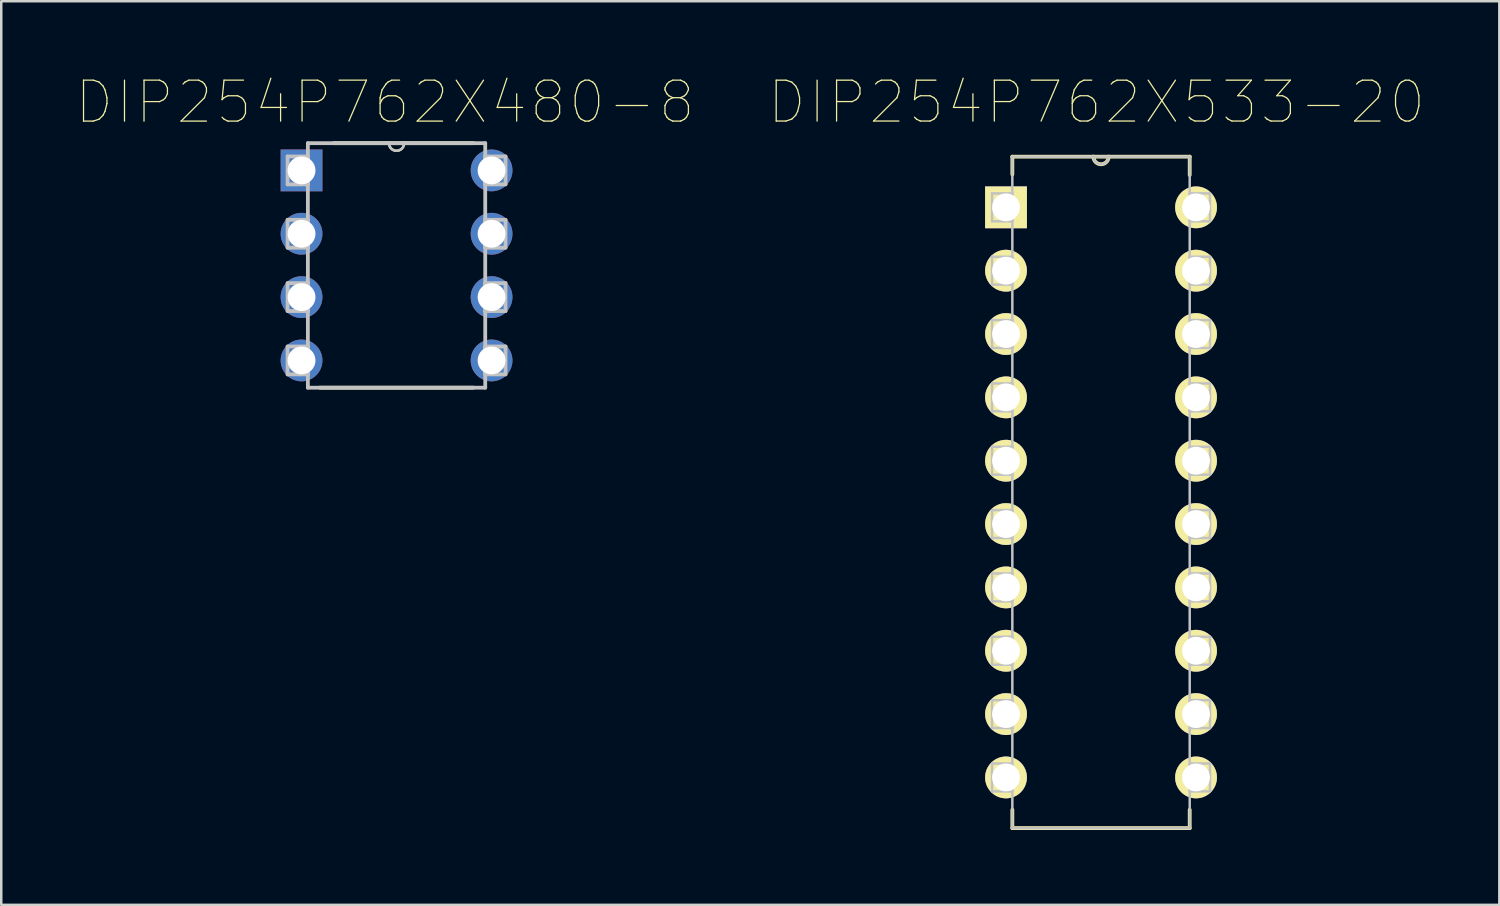
<source format=kicad_pcb>
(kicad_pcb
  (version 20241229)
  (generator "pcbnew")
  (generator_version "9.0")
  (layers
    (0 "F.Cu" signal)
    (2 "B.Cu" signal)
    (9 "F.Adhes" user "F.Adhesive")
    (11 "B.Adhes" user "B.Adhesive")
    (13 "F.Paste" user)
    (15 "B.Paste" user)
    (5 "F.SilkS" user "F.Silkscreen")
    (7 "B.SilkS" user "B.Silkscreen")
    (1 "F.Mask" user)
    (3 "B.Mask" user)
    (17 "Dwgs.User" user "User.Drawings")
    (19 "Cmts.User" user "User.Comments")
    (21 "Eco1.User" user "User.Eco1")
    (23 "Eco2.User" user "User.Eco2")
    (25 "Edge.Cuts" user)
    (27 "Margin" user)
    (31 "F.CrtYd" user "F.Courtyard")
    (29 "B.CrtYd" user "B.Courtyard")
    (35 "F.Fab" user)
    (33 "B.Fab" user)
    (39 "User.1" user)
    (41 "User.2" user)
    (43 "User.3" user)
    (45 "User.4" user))
  (footprint "DIP254P762X480-8"
    (layer "F.Cu")
    (at 16.661 11.403)
    (property "Reference" "DIP254P762X480-8" (at -4.274 -10.354 0) (layer "F.SilkS") (effects (font (size 1.643 1.643) (thickness 0.05))))
    (attr through_hole)
    (fp_line (start -6.883 1.092) (end -0.737 1.092) (stroke (width 0.152) (type solid)) (layer "F.SilkS"))
    (fp_line (start -4.115 -8.712) (end -6.325 -8.712) (stroke (width 0.152) (type solid)) (layer "F.SilkS"))
    (fp_line (start -3.505 -8.712) (end -4.115 -8.712) (stroke (width 0.152) (type solid)) (layer "F.SilkS"))
    (fp_line (start -0.737 -8.712) (end -3.505 -8.712) (stroke (width 0.152) (type solid)) (layer "F.SilkS"))
    (fp_arc (start -3.5052 -8.7122) (mid -3.81 -8.4074) (end -4.1148 -8.7122) (stroke (width 0.1) (type solid)) (layer "F.SilkS"))
    (fp_line (start -8.179 -8.179) (end -8.179 -7.061) (stroke (width 0.152) (type solid)) (layer "Dwgs.User"))
    (fp_line (start -8.179 -7.061) (end -7.366 -7.061) (stroke (width 0.152) (type solid)) (layer "Dwgs.User"))
    (fp_line (start -8.179 -5.639) (end -8.179 -4.521) (stroke (width 0.152) (type solid)) (layer "Dwgs.User"))
    (fp_line (start -8.179 -4.521) (end -7.366 -4.521) (stroke (width 0.152) (type solid)) (layer "Dwgs.User"))
    (fp_line (start -8.179 -3.099) (end -8.179 -1.981) (stroke (width 0.152) (type solid)) (layer "Dwgs.User"))
    (fp_line (start -8.179 -1.981) (end -7.366 -1.981) (stroke (width 0.152) (type solid)) (layer "Dwgs.User"))
    (fp_line (start -8.179 -0.559) (end -8.179 0.559) (stroke (width 0.152) (type solid)) (layer "Dwgs.User"))
    (fp_line (start -8.179 0.559) (end -7.366 0.559) (stroke (width 0.152) (type solid)) (layer "Dwgs.User"))
    (fp_line (start -7.366 -8.712) (end -7.366 1.092) (stroke (width 0.152) (type solid)) (layer "Dwgs.User"))
    (fp_line (start -7.366 -8.179) (end -8.179 -8.179) (stroke (width 0.152) (type solid)) (layer "Dwgs.User"))
    (fp_line (start -7.366 -7.061) (end -7.366 -8.179) (stroke (width 0.152) (type solid)) (layer "Dwgs.User"))
    (fp_line (start -7.366 -5.639) (end -8.179 -5.639) (stroke (width 0.152) (type solid)) (layer "Dwgs.User"))
    (fp_line (start -7.366 -4.521) (end -7.366 -5.639) (stroke (width 0.152) (type solid)) (layer "Dwgs.User"))
    (fp_line (start -7.366 -3.099) (end -8.179 -3.099) (stroke (width 0.152) (type solid)) (layer "Dwgs.User"))
    (fp_line (start -7.366 -1.981) (end -7.366 -3.099) (stroke (width 0.152) (type solid)) (layer "Dwgs.User"))
    (fp_line (start -7.366 -0.559) (end -8.179 -0.559) (stroke (width 0.152) (type solid)) (layer "Dwgs.User"))
    (fp_line (start -7.366 0.559) (end -7.366 -0.559) (stroke (width 0.152) (type solid)) (layer "Dwgs.User"))
    (fp_line (start -7.366 1.092) (end -0.254 1.092) (stroke (width 0.152) (type solid)) (layer "Dwgs.User"))
    (fp_line (start -4.115 -8.712) (end -7.366 -8.712) (stroke (width 0.152) (type solid)) (layer "Dwgs.User"))
    (fp_line (start -3.505 -8.712) (end -4.115 -8.712) (stroke (width 0.152) (type solid)) (layer "Dwgs.User"))
    (fp_line (start -0.254 -8.712) (end -3.505 -8.712) (stroke (width 0.152) (type solid)) (layer "Dwgs.User"))
    (fp_line (start -0.254 -8.179) (end -0.254 -7.061) (stroke (width 0.152) (type solid)) (layer "Dwgs.User"))
    (fp_line (start -0.254 -7.061) (end 0.559 -7.061) (stroke (width 0.152) (type solid)) (layer "Dwgs.User"))
    (fp_line (start -0.254 -5.639) (end -0.254 -4.521) (stroke (width 0.152) (type solid)) (layer "Dwgs.User"))
    (fp_line (start -0.254 -4.521) (end 0.559 -4.521) (stroke (width 0.152) (type solid)) (layer "Dwgs.User"))
    (fp_line (start -0.254 -3.099) (end -0.254 -1.981) (stroke (width 0.152) (type solid)) (layer "Dwgs.User"))
    (fp_line (start -0.254 -1.981) (end 0.559 -1.981) (stroke (width 0.152) (type solid)) (layer "Dwgs.User"))
    (fp_line (start -0.254 -0.559) (end -0.254 0.559) (stroke (width 0.152) (type solid)) (layer "Dwgs.User"))
    (fp_line (start -0.254 0.559) (end 0.559 0.559) (stroke (width 0.152) (type solid)) (layer "Dwgs.User"))
    (fp_line (start -0.254 1.092) (end -0.254 -8.712) (stroke (width 0.152) (type solid)) (layer "Dwgs.User"))
    (fp_line (start 0.559 -8.179) (end -0.254 -8.179) (stroke (width 0.152) (type solid)) (layer "Dwgs.User"))
    (fp_line (start 0.559 -7.061) (end 0.559 -8.179) (stroke (width 0.152) (type solid)) (layer "Dwgs.User"))
    (fp_line (start 0.559 -5.639) (end -0.254 -5.639) (stroke (width 0.152) (type solid)) (layer "Dwgs.User"))
    (fp_line (start 0.559 -4.521) (end 0.559 -5.639) (stroke (width 0.152) (type solid)) (layer "Dwgs.User"))
    (fp_line (start 0.559 -3.099) (end -0.254 -3.099) (stroke (width 0.152) (type solid)) (layer "Dwgs.User"))
    (fp_line (start 0.559 -1.981) (end 0.559 -3.099) (stroke (width 0.152) (type solid)) (layer "Dwgs.User"))
    (fp_line (start 0.559 -0.559) (end -0.254 -0.559) (stroke (width 0.152) (type solid)) (layer "Dwgs.User"))
    (fp_line (start 0.559 0.559) (end 0.559 -0.559) (stroke (width 0.152) (type solid)) (layer "Dwgs.User"))
    (fp_arc (start -3.5052 -8.7122) (mid -3.81 -8.4074) (end -4.1148 -8.7122) (stroke (width 0.1) (type solid)) (layer "Dwgs.User"))
    (pad "1" thru_hole rect (at -7.62 -7.62) (size 1.676 1.676) (drill 1.118) (layers "*.Cu" "*.Mask"))
    (pad "2" thru_hole circle (at -7.62 -5.08) (size 1.676 1.676) (drill 1.118) (layers "*.Cu" "*.Mask"))
    (pad "3" thru_hole circle (at -7.62 -2.54) (size 1.676 1.676) (drill 1.118) (layers "*.Cu" "*.Mask"))
    (pad "4" thru_hole circle (at -7.62 0) (size 1.676 1.676) (drill 1.118) (layers "*.Cu" "*.Mask"))
    (pad "5" thru_hole circle (at 0 0) (size 1.676 1.676) (drill 1.118) (layers "*.Cu" "*.Mask"))
    (pad "6" thru_hole circle (at 0 -2.54) (size 1.676 1.676) (drill 1.118) (layers "*.Cu" "*.Mask"))
    (pad "7" thru_hole circle (at 0 -5.08) (size 1.676 1.676) (drill 1.118) (layers "*.Cu" "*.Mask"))
    (pad "8" thru_hole circle (at 0 -7.62) (size 1.676 1.676) (drill 1.118) (layers "*.Cu" "*.Mask")))
  (footprint "DIP254P762X533-20"
    (layer "F.Cu")
    (at 44.909 28.124)
    (property "Reference" "DIP254P762X533-20" (at -3.988 -27.076 0) (layer "F.SilkS") (effects (font (size 1.64 1.64) (thickness 0.05))))
    (attr through_hole)
    (fp_line (start -7.366 -24.892) (end -7.366 -24.181) (stroke (width 0.152) (type solid)) (layer "F.SilkS"))
    (fp_line (start -7.366 1.295) (end -7.366 2.032) (stroke (width 0.152) (type solid)) (layer "F.SilkS"))
    (fp_line (start -7.366 2.032) (end -0.254 2.032) (stroke (width 0.152) (type solid)) (layer "F.SilkS"))
    (fp_line (start -4.115 -24.892) (end -7.366 -24.892) (stroke (width 0.152) (type solid)) (layer "F.SilkS"))
    (fp_line (start -3.505 -24.892) (end -4.115 -24.892) (stroke (width 0.152) (type solid)) (layer "F.SilkS"))
    (fp_line (start -0.254 -24.892) (end -3.505 -24.892) (stroke (width 0.152) (type solid)) (layer "F.SilkS"))
    (fp_line (start -0.254 -24.155) (end -0.254 -24.892) (stroke (width 0.152) (type solid)) (layer "F.SilkS"))
    (fp_line (start -0.254 2.032) (end -0.254 1.295) (stroke (width 0.152) (type solid)) (layer "F.SilkS"))
    (fp_arc (start -3.5052 -24.892) (mid -3.81 -24.5872) (end -4.1148 -24.892) (stroke (width 0.1524) (type solid)) (layer "F.SilkS"))
    (fp_line (start -8.179 -23.419) (end -8.179 -22.301) (stroke (width 0.1) (type solid)) (layer "Dwgs.User"))
    (fp_line (start -8.179 -22.301) (end -7.366 -22.301) (stroke (width 0.1) (type solid)) (layer "Dwgs.User"))
    (fp_line (start -8.179 -20.879) (end -8.179 -19.761) (stroke (width 0.1) (type solid)) (layer "Dwgs.User"))
    (fp_line (start -8.179 -19.761) (end -7.366 -19.761) (stroke (width 0.1) (type solid)) (layer "Dwgs.User"))
    (fp_line (start -8.179 -18.339) (end -8.179 -17.221) (stroke (width 0.1) (type solid)) (layer "Dwgs.User"))
    (fp_line (start -8.179 -17.221) (end -7.366 -17.221) (stroke (width 0.1) (type solid)) (layer "Dwgs.User"))
    (fp_line (start -8.179 -15.799) (end -8.179 -14.681) (stroke (width 0.1) (type solid)) (layer "Dwgs.User"))
    (fp_line (start -8.179 -14.681) (end -7.366 -14.681) (stroke (width 0.1) (type solid)) (layer "Dwgs.User"))
    (fp_line (start -8.179 -13.259) (end -8.179 -12.141) (stroke (width 0.1) (type solid)) (layer "Dwgs.User"))
    (fp_line (start -8.179 -12.141) (end -7.366 -12.141) (stroke (width 0.1) (type solid)) (layer "Dwgs.User"))
    (fp_line (start -8.179 -10.719) (end -8.179 -9.601) (stroke (width 0.1) (type solid)) (layer "Dwgs.User"))
    (fp_line (start -8.179 -9.601) (end -7.366 -9.601) (stroke (width 0.1) (type solid)) (layer "Dwgs.User"))
    (fp_line (start -8.179 -8.179) (end -8.179 -7.061) (stroke (width 0.1) (type solid)) (layer "Dwgs.User"))
    (fp_line (start -8.179 -7.061) (end -7.366 -7.061) (stroke (width 0.1) (type solid)) (layer "Dwgs.User"))
    (fp_line (start -8.179 -5.639) (end -8.179 -4.521) (stroke (width 0.1) (type solid)) (layer "Dwgs.User"))
    (fp_line (start -8.179 -4.521) (end -7.366 -4.521) (stroke (width 0.1) (type solid)) (layer "Dwgs.User"))
    (fp_line (start -8.179 -3.099) (end -8.179 -1.981) (stroke (width 0.1) (type solid)) (layer "Dwgs.User"))
    (fp_line (start -8.179 -1.981) (end -7.366 -1.981) (stroke (width 0.1) (type solid)) (layer "Dwgs.User"))
    (fp_line (start -8.179 -0.559) (end -8.179 0.559) (stroke (width 0.1) (type solid)) (layer "Dwgs.User"))
    (fp_line (start -8.179 0.559) (end -7.366 0.559) (stroke (width 0.1) (type solid)) (layer "Dwgs.User"))
    (fp_line (start -7.366 -24.892) (end -7.366 2.032) (stroke (width 0.1) (type solid)) (layer "Dwgs.User"))
    (fp_line (start -7.366 -23.419) (end -8.179 -23.419) (stroke (width 0.1) (type solid)) (layer "Dwgs.User"))
    (fp_line (start -7.366 -22.301) (end -7.366 -23.419) (stroke (width 0.1) (type solid)) (layer "Dwgs.User"))
    (fp_line (start -7.366 -20.879) (end -8.179 -20.879) (stroke (width 0.1) (type solid)) (layer "Dwgs.User"))
    (fp_line (start -7.366 -19.761) (end -7.366 -20.879) (stroke (width 0.1) (type solid)) (layer "Dwgs.User"))
    (fp_line (start -7.366 -18.339) (end -8.179 -18.339) (stroke (width 0.1) (type solid)) (layer "Dwgs.User"))
    (fp_line (start -7.366 -17.221) (end -7.366 -18.339) (stroke (width 0.1) (type solid)) (layer "Dwgs.User"))
    (fp_line (start -7.366 -15.799) (end -8.179 -15.799) (stroke (width 0.1) (type solid)) (layer "Dwgs.User"))
    (fp_line (start -7.366 -14.681) (end -7.366 -15.799) (stroke (width 0.1) (type solid)) (layer "Dwgs.User"))
    (fp_line (start -7.366 -13.259) (end -8.179 -13.259) (stroke (width 0.1) (type solid)) (layer "Dwgs.User"))
    (fp_line (start -7.366 -12.141) (end -7.366 -13.259) (stroke (width 0.1) (type solid)) (layer "Dwgs.User"))
    (fp_line (start -7.366 -10.719) (end -8.179 -10.719) (stroke (width 0.1) (type solid)) (layer "Dwgs.User"))
    (fp_line (start -7.366 -9.601) (end -7.366 -10.719) (stroke (width 0.1) (type solid)) (layer "Dwgs.User"))
    (fp_line (start -7.366 -8.179) (end -8.179 -8.179) (stroke (width 0.1) (type solid)) (layer "Dwgs.User"))
    (fp_line (start -7.366 -7.061) (end -7.366 -8.179) (stroke (width 0.1) (type solid)) (layer "Dwgs.User"))
    (fp_line (start -7.366 -5.639) (end -8.179 -5.639) (stroke (width 0.1) (type solid)) (layer "Dwgs.User"))
    (fp_line (start -7.366 -4.521) (end -7.366 -5.639) (stroke (width 0.1) (type solid)) (layer "Dwgs.User"))
    (fp_line (start -7.366 -3.099) (end -8.179 -3.099) (stroke (width 0.1) (type solid)) (layer "Dwgs.User"))
    (fp_line (start -7.366 -1.981) (end -7.366 -3.099) (stroke (width 0.1) (type solid)) (layer "Dwgs.User"))
    (fp_line (start -7.366 -0.559) (end -8.179 -0.559) (stroke (width 0.1) (type solid)) (layer "Dwgs.User"))
    (fp_line (start -7.366 0.559) (end -7.366 -0.559) (stroke (width 0.1) (type solid)) (layer "Dwgs.User"))
    (fp_line (start -7.366 2.032) (end -0.254 2.032) (stroke (width 0.1) (type solid)) (layer "Dwgs.User"))
    (fp_line (start -4.115 -24.892) (end -7.366 -24.892) (stroke (width 0.1) (type solid)) (layer "Dwgs.User"))
    (fp_line (start -3.505 -24.892) (end -4.115 -24.892) (stroke (width 0.1) (type solid)) (layer "Dwgs.User"))
    (fp_line (start -0.254 -24.892) (end -3.505 -24.892) (stroke (width 0.1) (type solid)) (layer "Dwgs.User"))
    (fp_line (start -0.254 -23.419) (end -0.254 -22.301) (stroke (width 0.1) (type solid)) (layer "Dwgs.User"))
    (fp_line (start -0.254 -22.301) (end 0.559 -22.301) (stroke (width 0.1) (type solid)) (layer "Dwgs.User"))
    (fp_line (start -0.254 -20.879) (end -0.254 -19.761) (stroke (width 0.1) (type solid)) (layer "Dwgs.User"))
    (fp_line (start -0.254 -19.761) (end 0.559 -19.761) (stroke (width 0.1) (type solid)) (layer "Dwgs.User"))
    (fp_line (start -0.254 -18.339) (end -0.254 -17.221) (stroke (width 0.1) (type solid)) (layer "Dwgs.User"))
    (fp_line (start -0.254 -17.221) (end 0.559 -17.221) (stroke (width 0.1) (type solid)) (layer "Dwgs.User"))
    (fp_line (start -0.254 -15.799) (end -0.254 -14.681) (stroke (width 0.1) (type solid)) (layer "Dwgs.User"))
    (fp_line (start -0.254 -14.681) (end 0.559 -14.681) (stroke (width 0.1) (type solid)) (layer "Dwgs.User"))
    (fp_line (start -0.254 -13.259) (end -0.254 -12.141) (stroke (width 0.1) (type solid)) (layer "Dwgs.User"))
    (fp_line (start -0.254 -12.141) (end 0.559 -12.141) (stroke (width 0.1) (type solid)) (layer "Dwgs.User"))
    (fp_line (start -0.254 -10.719) (end -0.254 -9.601) (stroke (width 0.1) (type solid)) (layer "Dwgs.User"))
    (fp_line (start -0.254 -9.601) (end 0.559 -9.601) (stroke (width 0.1) (type solid)) (layer "Dwgs.User"))
    (fp_line (start -0.254 -8.179) (end -0.254 -7.061) (stroke (width 0.1) (type solid)) (layer "Dwgs.User"))
    (fp_line (start -0.254 -7.061) (end 0.559 -7.061) (stroke (width 0.1) (type solid)) (layer "Dwgs.User"))
    (fp_line (start -0.254 -5.639) (end -0.254 -4.521) (stroke (width 0.1) (type solid)) (layer "Dwgs.User"))
    (fp_line (start -0.254 -4.521) (end 0.559 -4.521) (stroke (width 0.1) (type solid)) (layer "Dwgs.User"))
    (fp_line (start -0.254 -3.099) (end -0.254 -1.981) (stroke (width 0.1) (type solid)) (layer "Dwgs.User"))
    (fp_line (start -0.254 -1.981) (end 0.559 -1.981) (stroke (width 0.1) (type solid)) (layer "Dwgs.User"))
    (fp_line (start -0.254 -0.559) (end -0.254 0.559) (stroke (width 0.1) (type solid)) (layer "Dwgs.User"))
    (fp_line (start -0.254 0.559) (end 0.559 0.559) (stroke (width 0.1) (type solid)) (layer "Dwgs.User"))
    (fp_line (start -0.254 2.032) (end -0.254 -24.892) (stroke (width 0.1) (type solid)) (layer "Dwgs.User"))
    (fp_line (start 0.559 -23.419) (end -0.254 -23.419) (stroke (width 0.1) (type solid)) (layer "Dwgs.User"))
    (fp_line (start 0.559 -22.301) (end 0.559 -23.419) (stroke (width 0.1) (type solid)) (layer "Dwgs.User"))
    (fp_line (start 0.559 -20.879) (end -0.254 -20.879) (stroke (width 0.1) (type solid)) (layer "Dwgs.User"))
    (fp_line (start 0.559 -19.761) (end 0.559 -20.879) (stroke (width 0.1) (type solid)) (layer "Dwgs.User"))
    (fp_line (start 0.559 -18.339) (end -0.254 -18.339) (stroke (width 0.1) (type solid)) (layer "Dwgs.User"))
    (fp_line (start 0.559 -17.221) (end 0.559 -18.339) (stroke (width 0.1) (type solid)) (layer "Dwgs.User"))
    (fp_line (start 0.559 -15.799) (end -0.254 -15.799) (stroke (width 0.1) (type solid)) (layer "Dwgs.User"))
    (fp_line (start 0.559 -14.681) (end 0.559 -15.799) (stroke (width 0.1) (type solid)) (layer "Dwgs.User"))
    (fp_line (start 0.559 -13.259) (end -0.254 -13.259) (stroke (width 0.1) (type solid)) (layer "Dwgs.User"))
    (fp_line (start 0.559 -12.141) (end 0.559 -13.259) (stroke (width 0.1) (type solid)) (layer "Dwgs.User"))
    (fp_line (start 0.559 -10.719) (end -0.254 -10.719) (stroke (width 0.1) (type solid)) (layer "Dwgs.User"))
    (fp_line (start 0.559 -9.601) (end 0.559 -10.719) (stroke (width 0.1) (type solid)) (layer "Dwgs.User"))
    (fp_line (start 0.559 -8.179) (end -0.254 -8.179) (stroke (width 0.1) (type solid)) (layer "Dwgs.User"))
    (fp_line (start 0.559 -7.061) (end 0.559 -8.179) (stroke (width 0.1) (type solid)) (layer "Dwgs.User"))
    (fp_line (start 0.559 -5.639) (end -0.254 -5.639) (stroke (width 0.1) (type solid)) (layer "Dwgs.User"))
    (fp_line (start 0.559 -4.521) (end 0.559 -5.639) (stroke (width 0.1) (type solid)) (layer "Dwgs.User"))
    (fp_line (start 0.559 -3.099) (end -0.254 -3.099) (stroke (width 0.1) (type solid)) (layer "Dwgs.User"))
    (fp_line (start 0.559 -1.981) (end 0.559 -3.099) (stroke (width 0.1) (type solid)) (layer "Dwgs.User"))
    (fp_line (start 0.559 -0.559) (end -0.254 -0.559) (stroke (width 0.1) (type solid)) (layer "Dwgs.User"))
    (fp_line (start 0.559 0.559) (end 0.559 -0.559) (stroke (width 0.1) (type solid)) (layer "Dwgs.User"))
    (fp_arc (start -3.5052 -24.892) (mid -3.81 -24.5872) (end -4.1148 -24.892) (stroke (width 0.1) (type solid)) (layer "Dwgs.User"))
    (pad "1" thru_hole rect (at -7.62 -22.86) (size 1.676 1.676) (drill 1.118) (layers "*.Cu" "*.Mask" "F.SilkS"))
    (pad "2" thru_hole circle (at -7.62 -20.32) (size 1.676 1.676) (drill 1.118) (layers "*.Cu" "*.Mask" "F.SilkS"))
    (pad "3" thru_hole circle (at -7.62 -17.78) (size 1.676 1.676) (drill 1.118) (layers "*.Cu" "*.Mask" "F.SilkS"))
    (pad "4" thru_hole circle (at -7.62 -15.24) (size 1.676 1.676) (drill 1.118) (layers "*.Cu" "*.Mask" "F.SilkS"))
    (pad "5" thru_hole circle (at -7.62 -12.7) (size 1.676 1.676) (drill 1.118) (layers "*.Cu" "*.Mask" "F.SilkS"))
    (pad "6" thru_hole circle (at -7.62 -10.16) (size 1.676 1.676) (drill 1.118) (layers "*.Cu" "*.Mask" "F.SilkS"))
    (pad "7" thru_hole circle (at -7.62 -7.62) (size 1.676 1.676) (drill 1.118) (layers "*.Cu" "*.Mask" "F.SilkS"))
    (pad "8" thru_hole circle (at -7.62 -5.08) (size 1.676 1.676) (drill 1.118) (layers "*.Cu" "*.Mask" "F.SilkS"))
    (pad "9" thru_hole circle (at -7.62 -2.54) (size 1.676 1.676) (drill 1.118) (layers "*.Cu" "*.Mask" "F.SilkS"))
    (pad "10" thru_hole circle (at -7.62 0) (size 1.676 1.676) (drill 1.118) (layers "*.Cu" "*.Mask" "F.SilkS"))
    (pad "11" thru_hole circle (at 0 0) (size 1.676 1.676) (drill 1.118) (layers "*.Cu" "*.Mask" "F.SilkS"))
    (pad "12" thru_hole circle (at 0 -2.54) (size 1.676 1.676) (drill 1.118) (layers "*.Cu" "*.Mask" "F.SilkS"))
    (pad "13" thru_hole circle (at 0 -5.08) (size 1.676 1.676) (drill 1.118) (layers "*.Cu" "*.Mask" "F.SilkS"))
    (pad "14" thru_hole circle (at 0 -7.62) (size 1.676 1.676) (drill 1.118) (layers "*.Cu" "*.Mask" "F.SilkS"))
    (pad "15" thru_hole circle (at 0 -10.16) (size 1.676 1.676) (drill 1.118) (layers "*.Cu" "*.Mask" "F.SilkS"))
    (pad "16" thru_hole circle (at 0 -12.7) (size 1.676 1.676) (drill 1.118) (layers "*.Cu" "*.Mask" "F.SilkS"))
    (pad "17" thru_hole circle (at 0 -15.24) (size 1.676 1.676) (drill 1.118) (layers "*.Cu" "*.Mask" "F.SilkS"))
    (pad "18" thru_hole circle (at 0 -17.78) (size 1.676 1.676) (drill 1.118) (layers "*.Cu" "*.Mask" "F.SilkS"))
    (pad "19" thru_hole circle (at 0 -20.32) (size 1.676 1.676) (drill 1.118) (layers "*.Cu" "*.Mask" "F.SilkS"))
    (pad "20" thru_hole circle (at 0 -22.86) (size 1.676 1.676) (drill 1.118) (layers "*.Cu" "*.Mask" "F.SilkS")))
  (gr_rect
    (start -3 -3)
    (end 57.07 33.232)
    (stroke (width 0.1) (type default))
    (fill no)
    (layer "Edge.Cuts")))
</source>
